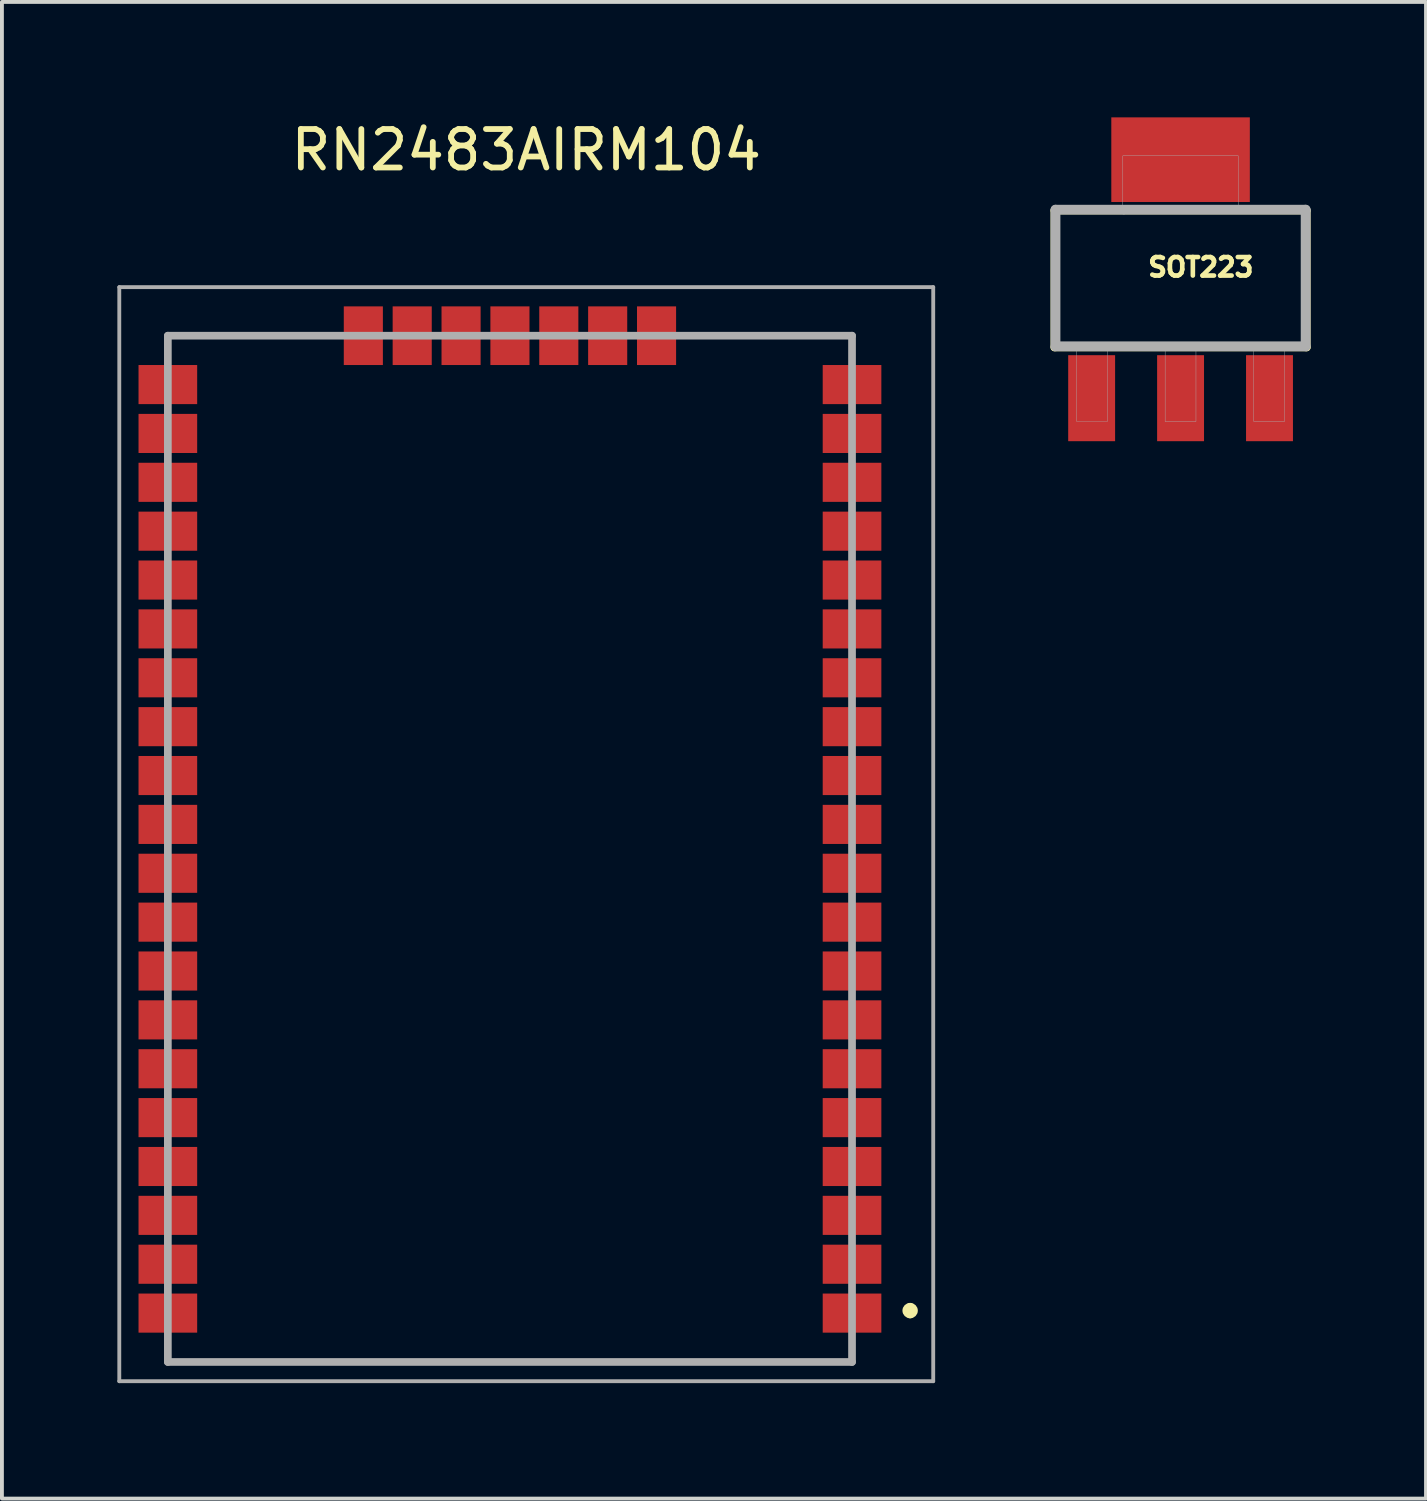
<source format=kicad_pcb>
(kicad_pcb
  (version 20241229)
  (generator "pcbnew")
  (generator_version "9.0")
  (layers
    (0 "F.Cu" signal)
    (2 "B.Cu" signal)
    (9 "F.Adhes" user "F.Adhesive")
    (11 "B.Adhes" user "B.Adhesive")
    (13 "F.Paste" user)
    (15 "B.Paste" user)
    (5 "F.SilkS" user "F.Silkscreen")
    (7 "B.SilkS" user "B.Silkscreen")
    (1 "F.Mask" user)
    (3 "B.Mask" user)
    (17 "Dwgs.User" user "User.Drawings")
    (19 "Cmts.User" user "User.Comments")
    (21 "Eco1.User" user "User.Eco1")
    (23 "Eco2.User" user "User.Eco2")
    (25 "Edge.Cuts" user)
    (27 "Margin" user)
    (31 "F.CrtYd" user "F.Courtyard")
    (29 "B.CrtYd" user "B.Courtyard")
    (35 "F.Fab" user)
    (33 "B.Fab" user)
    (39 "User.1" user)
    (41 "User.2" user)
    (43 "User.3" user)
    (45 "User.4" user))
  (footprint "SOT223"
    (layer "F.Cu")
    (at 27.63 4.199)
    (property "Reference" "SOT223" (at 0.525 -0.305 0) (layer "F.SilkS") (effects (font (size 0.481 0.481) (thickness 0.15))))
    (attr smd)
    (fp_line (start -3.277 -1.778) (end 3.277 -1.778) (stroke (width 0.203) (type solid)) (layer "F.SilkS"))
    (fp_line (start -3.277 1.778) (end -3.277 -1.778) (stroke (width 0.203) (type solid)) (layer "F.SilkS"))
    (fp_line (start 3.277 -1.778) (end 3.277 1.778) (stroke (width 0.203) (type solid)) (layer "F.SilkS"))
    (fp_line (start 3.277 1.778) (end -3.277 1.778) (stroke (width 0.203) (type solid)) (layer "F.SilkS"))
    (fp_line (start -3.25 -1.8) (end -3.25 1.75) (stroke (width 0.254) (type solid)) (layer "F.Fab"))
    (fp_line (start -3.25 1.75) (end 3.25 1.75) (stroke (width 0.254) (type solid)) (layer "F.Fab"))
    (fp_line (start -1.5 -1.8) (end -3.25 -1.8) (stroke (width 0.254) (type solid)) (layer "F.Fab"))
    (fp_line (start 3.25 -1.8) (end -1.45 -1.8) (stroke (width 0.254) (type solid)) (layer "F.Fab"))
    (fp_line (start 3.25 1.75) (end 3.25 -1.8) (stroke (width 0.254) (type solid)) (layer "F.Fab"))
    (fp_poly (pts (xy -2.702 1.8) (xy -1.9 1.8) (xy -1.9 3.703) (xy -2.702 3.703)) (stroke (width 0.01) (type solid)) (fill no) (layer "F.Fab"))
    (fp_poly (pts (xy -1.501 -3.2) (xy 1.5 -3.2) (xy 1.5 -1.801) (xy -1.501 -1.801)) (stroke (width 0.01) (type solid)) (fill no) (layer "F.Fab"))
    (fp_poly (pts (xy -0.401 1.8) (xy 0.4 1.8) (xy 0.4 3.705) (xy -0.401 3.705)) (stroke (width 0.01) (type solid)) (fill no) (layer "F.Fab"))
    (fp_poly (pts (xy 1.903 1.8) (xy 2.7 1.8) (xy 2.7 3.705) (xy 1.903 3.705)) (stroke (width 0.01) (type solid)) (fill no) (layer "F.Fab"))
    (pad "1" smd rect (at -2.311 3.099) (size 1.219 2.235) (layers "F.Cu" "F.Mask" "F.Paste"))
    (pad "2" smd rect (at 0 3.099) (size 1.219 2.235) (layers "F.Cu" "F.Mask" "F.Paste"))
    (pad "3" smd rect (at 2.311 3.099) (size 1.219 2.235) (layers "F.Cu" "F.Mask" "F.Paste"))
    (pad "TAB" smd rect (at 0 -3.099) (size 3.6 2.2) (layers "F.Cu" "F.Mask" "F.Paste")))
  (footprint "RN2483AIRM104"
    (layer "F.Cu")
    (at 10.202 19.009)
    (property "Reference" "RN2483AIRM104" (at 0.424 -18.161 0) (layer "F.SilkS") (effects (font (size 1 1) (thickness 0.15))))
    (attr smd)
    (fp_line (start -8.89 -13.335) (end -8.89 -13) (stroke (width 0.1) (type solid)) (layer "F.SilkS"))
    (fp_line (start -8.89 13) (end -8.89 13.335) (stroke (width 0.1) (type solid)) (layer "F.SilkS"))
    (fp_line (start -8.89 13.335) (end 8.89 13.335) (stroke (width 0.1) (type solid)) (layer "F.SilkS"))
    (fp_line (start -5 -13.335) (end -8.89 -13.335) (stroke (width 0.1) (type solid)) (layer "F.SilkS"))
    (fp_line (start 5 -13.335) (end 8.89 -13.335) (stroke (width 0.1) (type solid)) (layer "F.SilkS"))
    (fp_line (start 8.89 -13.335) (end 8.89 -13) (stroke (width 0.1) (type solid)) (layer "F.SilkS"))
    (fp_line (start 8.89 13.335) (end 8.89 13) (stroke (width 0.1) (type solid)) (layer "F.SilkS"))
    (fp_arc (start 10.4 11.9) (mid 10.5 12) (end 10.4 12.1) (stroke (width 0.2) (type solid)) (layer "F.SilkS"))
    (fp_arc (start 10.4 12.1) (mid 10.3 12) (end 10.4 11.9) (stroke (width 0.2) (type solid)) (layer "F.SilkS"))
    (fp_line (start -10.152 -14.597) (end 11 -14.597) (stroke (width 0.1) (type solid)) (layer "F.Fab"))
    (fp_line (start -10.152 13.835) (end -10.152 -14.597) (stroke (width 0.1) (type solid)) (layer "F.Fab"))
    (fp_line (start -8.89 -13.335) (end 8.89 -13.335) (stroke (width 0.2) (type solid)) (layer "F.Fab"))
    (fp_line (start -8.89 13.335) (end -8.89 -13.335) (stroke (width 0.2) (type solid)) (layer "F.Fab"))
    (fp_line (start 8.89 -13.335) (end 8.89 13.335) (stroke (width 0.2) (type solid)) (layer "F.Fab"))
    (fp_line (start 8.89 13.335) (end -8.89 13.335) (stroke (width 0.2) (type solid)) (layer "F.Fab"))
    (fp_line (start 11 -14.597) (end 11 13.835) (stroke (width 0.1) (type solid)) (layer "F.Fab"))
    (fp_line (start 11 13.835) (end -10.152 13.835) (stroke (width 0.1) (type solid)) (layer "F.Fab"))
    (pad "1" smd rect (at 8.89 12.065) (size 1.524 1.016) (layers "F.Cu" "F.Mask" "F.Paste"))
    (pad "2" smd rect (at 8.89 10.795) (size 1.524 1.016) (layers "F.Cu" "F.Mask" "F.Paste"))
    (pad "3" smd rect (at 8.89 9.525) (size 1.524 1.016) (layers "F.Cu" "F.Mask" "F.Paste"))
    (pad "4" smd rect (at 8.89 8.255) (size 1.524 1.016) (layers "F.Cu" "F.Mask" "F.Paste"))
    (pad "5" smd rect (at 8.89 6.985) (size 1.524 1.016) (layers "F.Cu" "F.Mask" "F.Paste"))
    (pad "6" smd rect (at 8.89 5.715) (size 1.524 1.016) (layers "F.Cu" "F.Mask" "F.Paste"))
    (pad "7" smd rect (at 8.89 4.445) (size 1.524 1.016) (layers "F.Cu" "F.Mask" "F.Paste"))
    (pad "8" smd rect (at 8.89 3.175) (size 1.524 1.016) (layers "F.Cu" "F.Mask" "F.Paste"))
    (pad "9" smd rect (at 8.89 1.905) (size 1.524 1.016) (layers "F.Cu" "F.Mask" "F.Paste"))
    (pad "10" smd rect (at 8.89 0.635) (size 1.524 1.016) (layers "F.Cu" "F.Mask" "F.Paste"))
    (pad "11" smd rect (at 8.89 -0.635) (size 1.524 1.016) (layers "F.Cu" "F.Mask" "F.Paste"))
    (pad "12" smd rect (at 8.89 -1.905) (size 1.524 1.016) (layers "F.Cu" "F.Mask" "F.Paste"))
    (pad "13" smd rect (at 8.89 -3.175) (size 1.524 1.016) (layers "F.Cu" "F.Mask" "F.Paste"))
    (pad "14" smd rect (at 8.89 -4.445) (size 1.524 1.016) (layers "F.Cu" "F.Mask" "F.Paste"))
    (pad "15" smd rect (at 8.89 -5.715) (size 1.524 1.016) (layers "F.Cu" "F.Mask" "F.Paste"))
    (pad "16" smd rect (at 8.89 -6.985) (size 1.524 1.016) (layers "F.Cu" "F.Mask" "F.Paste"))
    (pad "17" smd rect (at 8.89 -8.255) (size 1.524 1.016) (layers "F.Cu" "F.Mask" "F.Paste"))
    (pad "18" smd rect (at 8.89 -9.525) (size 1.524 1.016) (layers "F.Cu" "F.Mask" "F.Paste"))
    (pad "19" smd rect (at 8.89 -10.795) (size 1.524 1.016) (layers "F.Cu" "F.Mask" "F.Paste"))
    (pad "20" smd rect (at 8.89 -12.065) (size 1.524 1.016) (layers "F.Cu" "F.Mask" "F.Paste"))
    (pad "21" smd rect (at 3.81 -13.335) (size 1.016 1.524) (layers "F.Cu" "F.Mask" "F.Paste"))
    (pad "22" smd rect (at 2.54 -13.335) (size 1.016 1.524) (layers "F.Cu" "F.Mask" "F.Paste"))
    (pad "23" smd rect (at 1.27 -13.335) (size 1.016 1.524) (layers "F.Cu" "F.Mask" "F.Paste"))
    (pad "24" smd rect (at 0 -13.335) (size 1.016 1.524) (layers "F.Cu" "F.Mask" "F.Paste"))
    (pad "25" smd rect (at -1.27 -13.335) (size 1.016 1.524) (layers "F.Cu" "F.Mask" "F.Paste"))
    (pad "26" smd rect (at -2.54 -13.335) (size 1.016 1.524) (layers "F.Cu" "F.Mask" "F.Paste"))
    (pad "27" smd rect (at -3.81 -13.335) (size 1.016 1.524) (layers "F.Cu" "F.Mask" "F.Paste"))
    (pad "28" smd rect (at -8.89 -12.065) (size 1.524 1.016) (layers "F.Cu" "F.Mask" "F.Paste"))
    (pad "29" smd rect (at -8.89 -10.795) (size 1.524 1.016) (layers "F.Cu" "F.Mask" "F.Paste"))
    (pad "30" smd rect (at -8.89 -9.525) (size 1.524 1.016) (layers "F.Cu" "F.Mask" "F.Paste"))
    (pad "31" smd rect (at -8.89 -8.255) (size 1.524 1.016) (layers "F.Cu" "F.Mask" "F.Paste"))
    (pad "32" smd rect (at -8.89 -6.985) (size 1.524 1.016) (layers "F.Cu" "F.Mask" "F.Paste"))
    (pad "33" smd rect (at -8.89 -5.715) (size 1.524 1.016) (layers "F.Cu" "F.Mask" "F.Paste"))
    (pad "34" smd rect (at -8.89 -4.445) (size 1.524 1.016) (layers "F.Cu" "F.Mask" "F.Paste"))
    (pad "35" smd rect (at -8.89 -3.175) (size 1.524 1.016) (layers "F.Cu" "F.Mask" "F.Paste"))
    (pad "36" smd rect (at -8.89 -1.905) (size 1.524 1.016) (layers "F.Cu" "F.Mask" "F.Paste"))
    (pad "37" smd rect (at -8.89 -0.635) (size 1.524 1.016) (layers "F.Cu" "F.Mask" "F.Paste"))
    (pad "38" smd rect (at -8.89 0.635) (size 1.524 1.016) (layers "F.Cu" "F.Mask" "F.Paste"))
    (pad "39" smd rect (at -8.89 1.905) (size 1.524 1.016) (layers "F.Cu" "F.Mask" "F.Paste"))
    (pad "40" smd rect (at -8.89 3.175) (size 1.524 1.016) (layers "F.Cu" "F.Mask" "F.Paste"))
    (pad "41" smd rect (at -8.89 4.445) (size 1.524 1.016) (layers "F.Cu" "F.Mask" "F.Paste"))
    (pad "42" smd rect (at -8.89 5.715) (size 1.524 1.016) (layers "F.Cu" "F.Mask" "F.Paste"))
    (pad "43" smd rect (at -8.89 6.985) (size 1.524 1.016) (layers "F.Cu" "F.Mask" "F.Paste"))
    (pad "44" smd rect (at -8.89 8.255) (size 1.524 1.016) (layers "F.Cu" "F.Mask" "F.Paste"))
    (pad "45" smd rect (at -8.89 9.525) (size 1.524 1.016) (layers "F.Cu" "F.Mask" "F.Paste"))
    (pad "46" smd rect (at -8.89 10.795) (size 1.524 1.016) (layers "F.Cu" "F.Mask" "F.Paste"))
    (pad "47" smd rect (at -8.89 12.065) (size 1.524 1.016) (layers "F.Cu" "F.Mask" "F.Paste")))
  (gr_rect
    (start -3 -3)
    (end 34.008 35.894)
    (stroke (width 0.1) (type default))
    (fill no)
    (layer "Edge.Cuts")))
</source>
